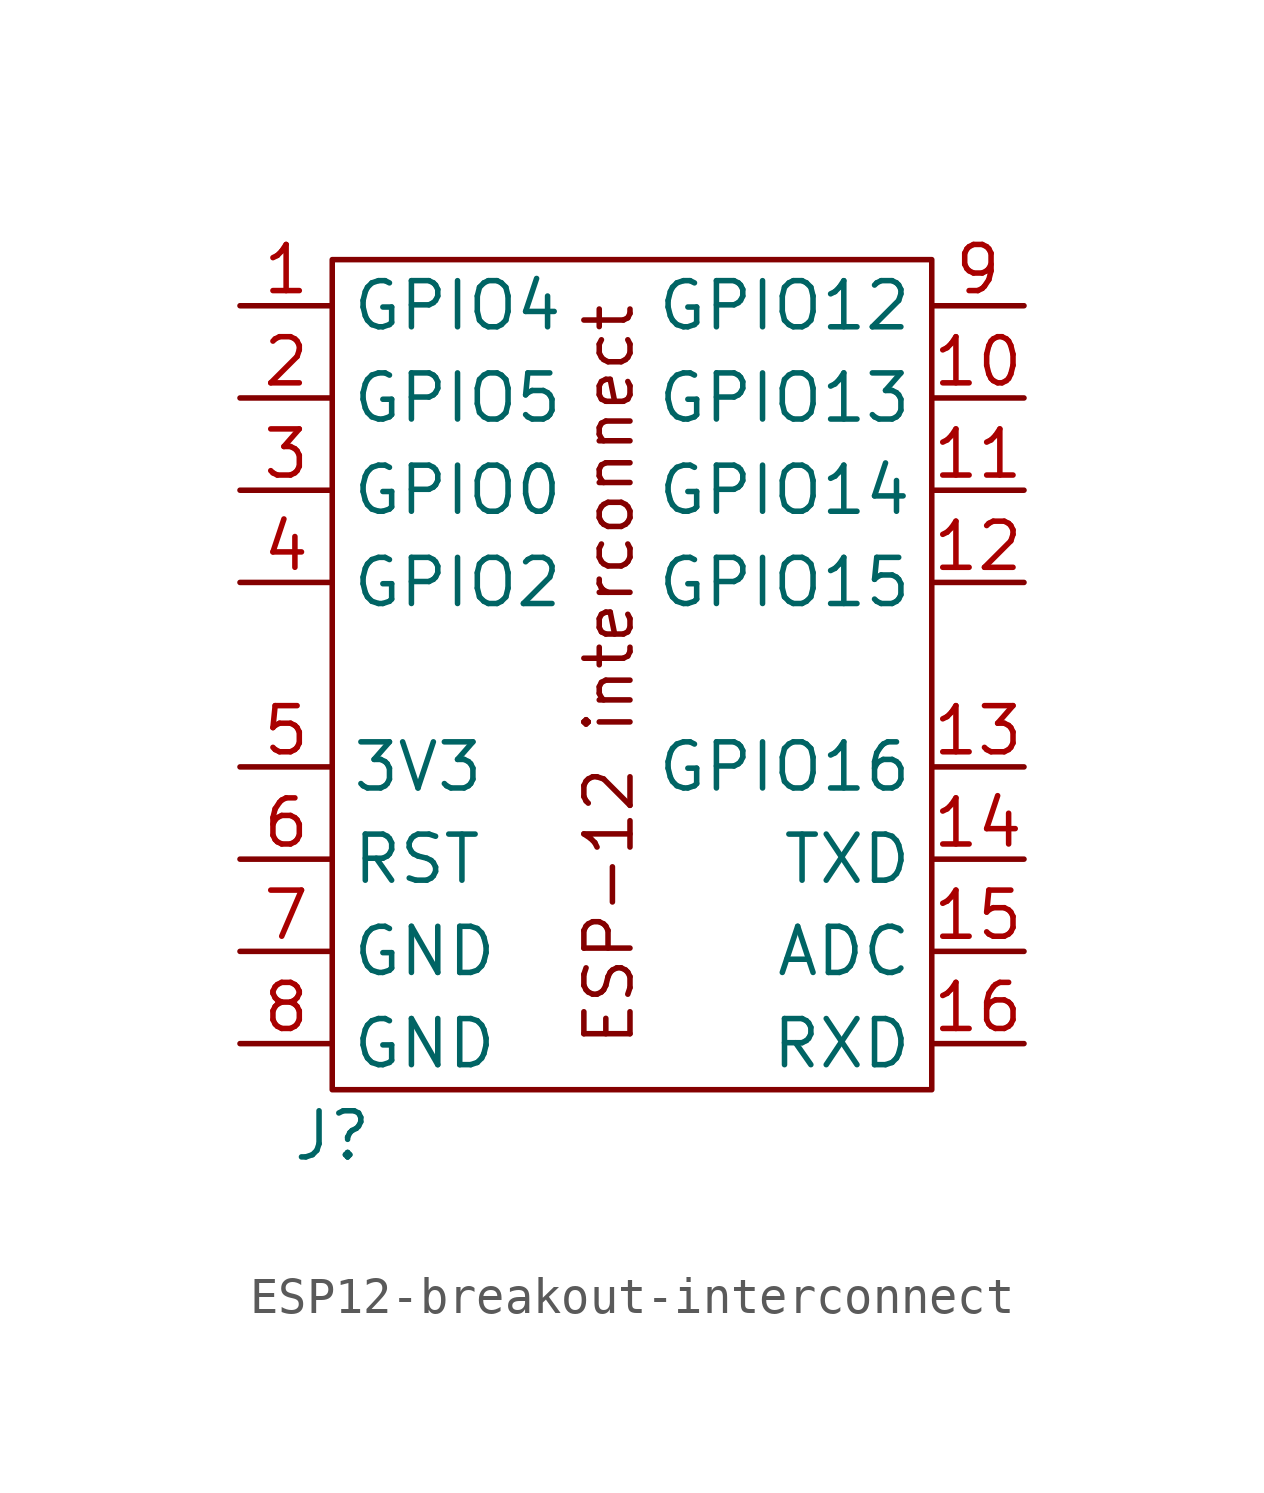
<source format=kicad_sym>
(kicad_symbol_lib
  (version 20220914)
  (generator kicad_symbol_editor)
  (symbol "ESP12-breakout-interconnect"
    (property "Reference" "J"
      (at 0 0 0)
      (effects (font (size 1.27 1.27))))
    (property "Value" ""
      (at 0 0 0)
      (effects (font (size 1.27 1.27))))
    (symbol "ESP12-breakout-interconnect_0_1"
      (rectangle (start 0 24.13) (end 16.51 1.27) (stroke (width 0) (type default)) (fill (type none))))
    (symbol "ESP12-breakout-interconnect_1_1"
      (text "ESP-12 interconnect" (at 7.62 12.7 900) (effects (font (size 1.27 1.27))))
      (pin bidirectional line (at -2.54 22.86 0) (length 2.54) (name "GPIO4" (effects (font (size 1.27 1.27)))) (number "1" (effects (font (size 1.27 1.27)))))
      (pin bidirectional line (at 19.05 20.32 180) (length 2.54) (name "GPIO13" (effects (font (size 1.27 1.27)))) (number "10" (effects (font (size 1.27 1.27)))))
      (pin bidirectional line (at 19.05 17.78 180) (length 2.54) (name "GPIO14" (effects (font (size 1.27 1.27)))) (number "11" (effects (font (size 1.27 1.27)))))
      (pin bidirectional line (at 19.05 15.24 180) (length 2.54) (name "GPIO15" (effects (font (size 1.27 1.27)))) (number "12" (effects (font (size 1.27 1.27)))))
      (pin bidirectional line (at 19.05 10.16 180) (length 2.54) (name "GPIO16" (effects (font (size 1.27 1.27)))) (number "13" (effects (font (size 1.27 1.27)))))
      (pin bidirectional line (at 19.05 7.62 180) (length 2.54) (name "TXD" (effects (font (size 1.27 1.27)))) (number "14" (effects (font (size 1.27 1.27)))))
      (pin bidirectional line (at 19.05 5.08 180) (length 2.54) (name "ADC" (effects (font (size 1.27 1.27)))) (number "15" (effects (font (size 1.27 1.27)))))
      (pin bidirectional line (at 19.05 2.54 180) (length 2.54) (name "RXD" (effects (font (size 1.27 1.27)))) (number "16" (effects (font (size 1.27 1.27)))))
      (pin bidirectional line (at -2.54 20.32 0) (length 2.54) (name "GPIO5" (effects (font (size 1.27 1.27)))) (number "2" (effects (font (size 1.27 1.27)))))
      (pin bidirectional line (at -2.54 17.78 0) (length 2.54) (name "GPIO0" (effects (font (size 1.27 1.27)))) (number "3" (effects (font (size 1.27 1.27)))))
      (pin bidirectional line (at -2.54 15.24 0) (length 2.54) (name "GPIO2" (effects (font (size 1.27 1.27)))) (number "4" (effects (font (size 1.27 1.27)))))
      (pin bidirectional line (at -2.54 10.16 0) (length 2.54) (name "3V3" (effects (font (size 1.27 1.27)))) (number "5" (effects (font (size 1.27 1.27)))))
      (pin bidirectional line (at -2.54 7.62 0) (length 2.54) (name "RST" (effects (font (size 1.27 1.27)))) (number "6" (effects (font (size 1.27 1.27)))))
      (pin bidirectional line (at -2.54 5.08 0) (length 2.54) (name "GND" (effects (font (size 1.27 1.27)))) (number "7" (effects (font (size 1.27 1.27)))))
      (pin bidirectional line (at -2.54 2.54 0) (length 2.54) (name "GND" (effects (font (size 1.27 1.27)))) (number "8" (effects (font (size 1.27 1.27)))))
      (pin bidirectional line (at 19.05 22.86 180) (length 2.54) (name "GPIO12" (effects (font (size 1.27 1.27)))) (number "9" (effects (font (size 1.27 1.27))))))))
</source>
